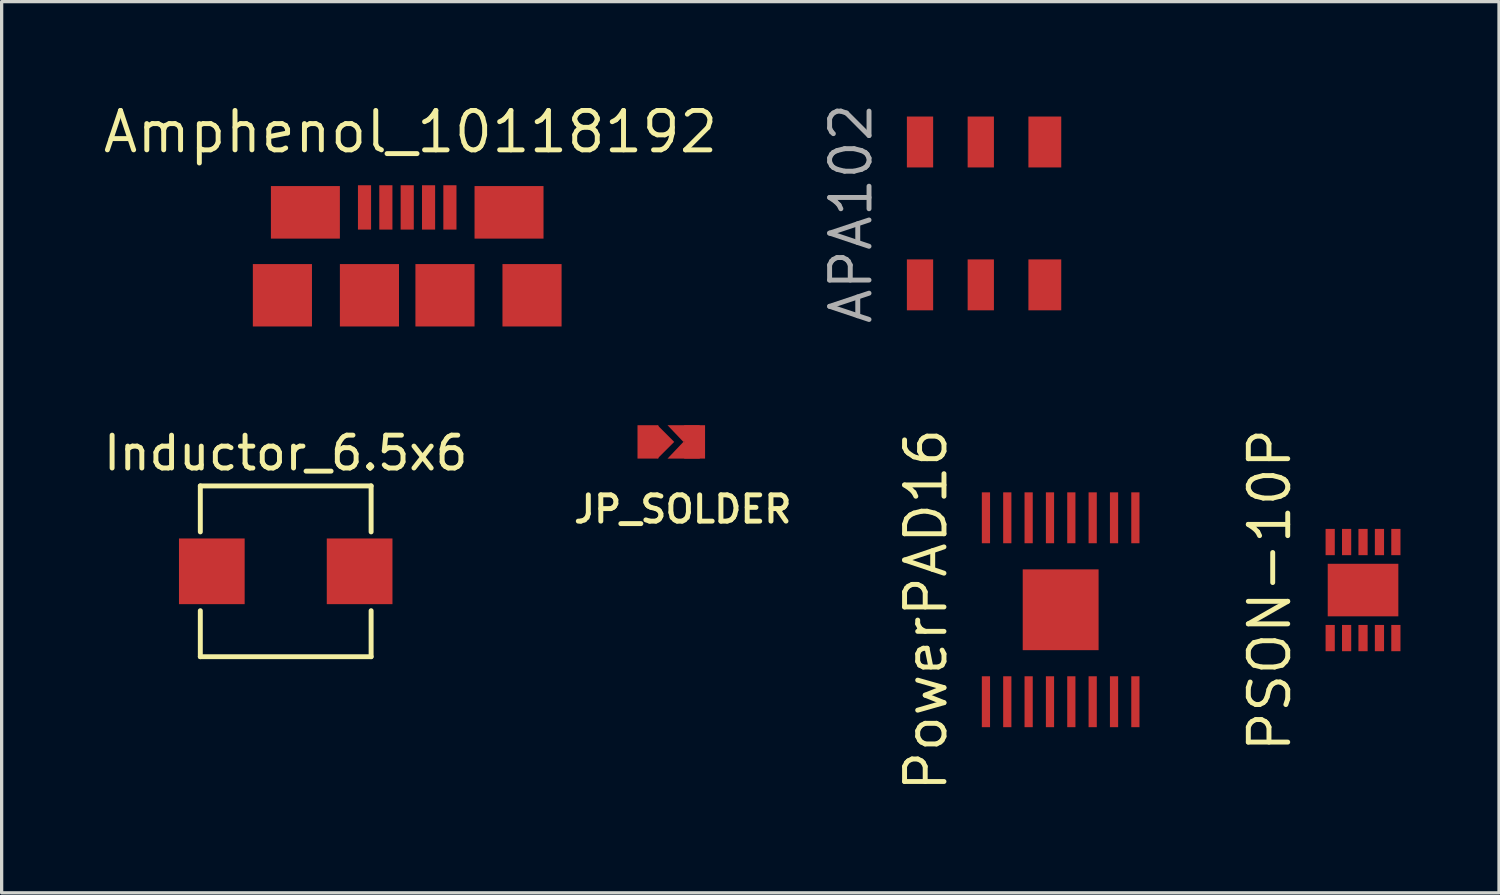
<source format=kicad_pcb>
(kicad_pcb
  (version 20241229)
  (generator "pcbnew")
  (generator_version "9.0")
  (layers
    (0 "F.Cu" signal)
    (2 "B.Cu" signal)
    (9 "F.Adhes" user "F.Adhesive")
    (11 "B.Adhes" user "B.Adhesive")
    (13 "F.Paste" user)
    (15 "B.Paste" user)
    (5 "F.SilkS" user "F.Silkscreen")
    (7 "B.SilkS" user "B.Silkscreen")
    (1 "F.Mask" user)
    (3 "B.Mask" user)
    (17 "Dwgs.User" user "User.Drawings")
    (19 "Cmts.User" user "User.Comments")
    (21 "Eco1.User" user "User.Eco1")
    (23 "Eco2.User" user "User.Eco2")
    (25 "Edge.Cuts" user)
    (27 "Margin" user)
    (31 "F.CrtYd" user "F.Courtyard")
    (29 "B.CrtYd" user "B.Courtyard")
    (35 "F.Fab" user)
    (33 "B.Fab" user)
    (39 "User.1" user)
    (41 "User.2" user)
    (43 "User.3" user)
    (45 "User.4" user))
  (footprint "PowerPAD16"
    (layer "F.Cu")
    (at 29.243 15.515)
    (property "Reference" "PowerPAD16" (at -4.1 0 90) (layer "F.SilkS") (effects (font (size 1.2 1.2) (thickness 0.15))))
    (attr through_hole)
    (pad "1" smd rect (at -2.275 2.8) (size 0.25 1.55) (layers "F.Cu" "F.Mask" "F.Paste"))
    (pad "2" smd rect (at -1.625 2.8) (size 0.25 1.55) (layers "F.Cu" "F.Mask" "F.Paste"))
    (pad "3" smd rect (at -0.975 2.8) (size 0.25 1.55) (layers "F.Cu" "F.Mask" "F.Paste"))
    (pad "4" smd rect (at -0.325 2.8) (size 0.25 1.55) (layers "F.Cu" "F.Mask" "F.Paste"))
    (pad "5" smd rect (at 0.325 2.8) (size 0.25 1.55) (layers "F.Cu" "F.Mask" "F.Paste"))
    (pad "6" smd rect (at 0.975 2.8) (size 0.25 1.55) (layers "F.Cu" "F.Mask" "F.Paste"))
    (pad "7" smd rect (at 1.625 2.8) (size 0.25 1.55) (layers "F.Cu" "F.Mask" "F.Paste"))
    (pad "8" smd rect (at 2.275 2.8) (size 0.25 1.55) (layers "F.Cu" "F.Mask" "F.Paste"))
    (pad "9" smd rect (at 2.275 -2.8) (size 0.25 1.55) (layers "F.Cu" "F.Mask" "F.Paste"))
    (pad "10" smd rect (at 1.625 -2.8) (size 0.25 1.55) (layers "F.Cu" "F.Mask" "F.Paste"))
    (pad "11" smd rect (at 0.975 -2.8) (size 0.25 1.55) (layers "F.Cu" "F.Mask" "F.Paste"))
    (pad "12" smd rect (at 0.325 -2.8) (size 0.25 1.55) (layers "F.Cu" "F.Mask" "F.Paste"))
    (pad "13" smd rect (at -0.325 -2.8) (size 0.25 1.55) (layers "F.Cu" "F.Mask" "F.Paste"))
    (pad "14" smd rect (at -0.975 -2.8) (size 0.25 1.55) (layers "F.Cu" "F.Mask" "F.Paste"))
    (pad "15" smd rect (at -1.625 -2.8) (size 0.25 1.55) (layers "F.Cu" "F.Mask" "F.Paste"))
    (pad "16" smd rect (at -2.275 -2.8) (size 0.25 1.55) (layers "F.Cu" "F.Mask" "F.Paste"))
    (pad "PAD" smd rect (at 0 0) (size 2.31 2.46) (layers "F.Cu" "F.Mask" "F.Paste")))
  (footprint "Inductor_6.5x6"
    (layer "F.Cu")
    (at 5.649 14.344)
    (property "Reference" "Inductor_6.5x6" (at 0 -3.6 0) (layer "F.SilkS") (effects (font (size 1 1) (thickness 0.15))))
    (attr through_hole)
    (fp_line (start -2.6 -2.6) (end -2.6 -1.2) (stroke (width 0.15) (type solid)) (layer "F.SilkS"))
    (fp_line (start -2.6 -2.6) (end 2.6 -2.6) (stroke (width 0.15) (type solid)) (layer "F.SilkS"))
    (fp_line (start -2.6 1.2) (end -2.6 2.6) (stroke (width 0.15) (type solid)) (layer "F.SilkS"))
    (fp_line (start -2.6 2.6) (end 2.6 2.6) (stroke (width 0.15) (type solid)) (layer "F.SilkS"))
    (fp_line (start 2.6 -2.6) (end 2.6 -1.2) (stroke (width 0.15) (type solid)) (layer "F.SilkS"))
    (fp_line (start 2.6 2.6) (end 2.6 1.2) (stroke (width 0.15) (type solid)) (layer "F.SilkS"))
    (pad "1" smd rect (at -2.25 0) (size 2 2) (layers "F.Cu" "F.Mask" "F.Paste"))
    (pad "2" smd rect (at 2.25 0) (size 2 2) (layers "F.Cu" "F.Mask" "F.Paste")))
  (footprint "JP_SOLDER"
    (layer "F.Cu")
    (at 17.388 10.404)
    (property "Reference" "JP_SOLDER" (at 0.35 2.05 0) (layer "F.SilkS") (effects (font (size 0.8 0.8) (thickness 0.15))))
    (attr through_hole)
    (fp_line (start 0 -0.025) (end 0 0.025) (stroke (width 0.889) (type solid)) (layer "F.Mask"))
    (pad "1" smd rect (at -0.711 0) (size 0.635 1.016) (layers "F.Cu" "F.Mask" "F.Paste"))
    (pad "1" smd trapezoid (at -0.165 0) (size 0.508 0.508) (rect_delta 0.508 0) (layers "F.Cu" "F.Mask" "F.Paste"))
    (pad "2" smd trapezoid (at 0.381 -0.254) (size 0.508 0.508) (rect_delta 0 -0.483) (layers "F.Cu" "F.Mask" "F.Paste"))
    (pad "2" smd trapezoid (at 0.381 0.254) (size 0.508 0.508) (rect_delta 0 0.483) (layers "F.Cu" "F.Mask" "F.Paste"))
    (pad "2" smd rect (at 0.711 0) (size 0.635 1.016) (layers "F.Cu" "F.Mask" "F.Paste")))
  (footprint "APA102"
    (layer "F.Cu")
    (at 26.811 3.448)
    (property "Reference" "APA102" (at -3.95 0 90) (layer "F.Fab") (effects (font (size 1.2 1.2) (thickness 0.15))))
    (attr through_hole)
    (pad "1" smd rect (at -1.85 2.175) (size 0.8 1.55) (layers "F.Cu" "F.Mask" "F.Paste"))
    (pad "2" smd rect (at 0 2.175) (size 0.8 1.55) (layers "F.Cu" "F.Mask" "F.Paste"))
    (pad "3" smd rect (at 1.95 2.175) (size 1 1.55) (layers "F.Cu" "F.Mask" "F.Paste"))
    (pad "4" smd rect (at 1.95 -2.175) (size 1 1.55) (layers "F.Cu" "F.Mask" "F.Paste"))
    (pad "5" smd rect (at 0 -2.175) (size 0.8 1.55) (layers "F.Cu" "F.Mask" "F.Paste"))
    (pad "6" smd rect (at -1.85 -2.175) (size 0.8 1.55) (layers "F.Cu" "F.Mask" "F.Paste")))
  (footprint "Amphenol_10118192"
    (layer "F.Cu")
    (at 9.348 3.265)
    (property "Reference" "Amphenol_10118192" (at 0.1 -2.3 0) (layer "F.SilkS") (effects (font (size 1.2 1.2) (thickness 0.15))))
    (attr through_hole)
    (pad "" smd rect (at -3.8 2.675) (size 1.8 1.9) (layers "F.Cu" "F.Mask" "F.Paste"))
    (pad "" smd rect (at -1.15 2.675) (size 1.8 1.9) (layers "F.Cu" "F.Mask" "F.Paste"))
    (pad "" smd rect (at 1.15 2.675) (size 1.8 1.9) (layers "F.Cu" "F.Mask" "F.Paste"))
    (pad "" smd rect (at 3.8 2.675) (size 1.8 1.9) (layers "F.Cu" "F.Mask" "F.Paste"))
    (pad "1" smd rect (at -1.3 0) (size 0.4 1.35) (layers "F.Cu" "F.Mask" "F.Paste"))
    (pad "2" smd rect (at -0.65 0) (size 0.4 1.35) (layers "F.Cu" "F.Mask" "F.Paste"))
    (pad "3" smd rect (at 0 0) (size 0.4 1.35) (layers "F.Cu" "F.Mask" "F.Paste"))
    (pad "4" smd rect (at 0.65 0) (size 0.4 1.35) (layers "F.Cu" "F.Mask" "F.Paste"))
    (pad "5" smd rect (at 1.3 0) (size 0.4 1.35) (layers "F.Cu" "F.Mask" "F.Paste"))
    (pad "6" smd rect (at -3.1 0.15) (size 2.1 1.6) (layers "F.Cu" "F.Mask" "F.Paste"))
    (pad "6" smd rect (at 3.1 0.15) (size 2.1 1.6) (layers "F.Cu" "F.Mask" "F.Paste")))
  (footprint "PSON-10P"
    (layer "F.Cu")
    (at 38.449 14.915)
    (property "Reference" "PSON-10P" (at -2.84 0 90) (layer "F.SilkS") (effects (font (size 1.2 1.2) (thickness 0.15))))
    (attr through_hole)
    (pad "1" smd rect (at -1 1.462) (size 0.28 0.8) (layers "F.Cu" "F.Mask" "F.Paste"))
    (pad "2" smd rect (at -0.5 1.462) (size 0.28 0.8) (layers "F.Cu" "F.Mask" "F.Paste"))
    (pad "3" smd rect (at 0 1.462) (size 0.28 0.8) (layers "F.Cu" "F.Mask" "F.Paste"))
    (pad "4" smd rect (at 0.5 1.462) (size 0.28 0.8) (layers "F.Cu" "F.Mask" "F.Paste"))
    (pad "5" smd rect (at 1 1.462) (size 0.28 0.8) (layers "F.Cu" "F.Mask" "F.Paste"))
    (pad "6" smd rect (at 1 -1.462) (size 0.28 0.8) (layers "F.Cu" "F.Mask" "F.Paste"))
    (pad "7" smd rect (at 0.5 -1.462) (size 0.28 0.8) (layers "F.Cu" "F.Mask" "F.Paste"))
    (pad "8" smd rect (at 0 -1.462) (size 0.28 0.8) (layers "F.Cu" "F.Mask" "F.Paste"))
    (pad "9" smd rect (at -0.5 -1.462) (size 0.28 0.8) (layers "F.Cu" "F.Mask" "F.Paste"))
    (pad "10" smd rect (at -1 -1.462) (size 0.28 0.8) (layers "F.Cu" "F.Mask" "F.Paste"))
    (pad "11" smd rect (at 0 0) (size 2.15 1.6) (layers "F.Cu" "F.Mask" "F.Paste")))
  (gr_rect
    (start -3 -3)
    (end 42.589 24.134)
    (stroke (width 0.1) (type default))
    (fill no)
    (layer "Edge.Cuts")))
</source>
